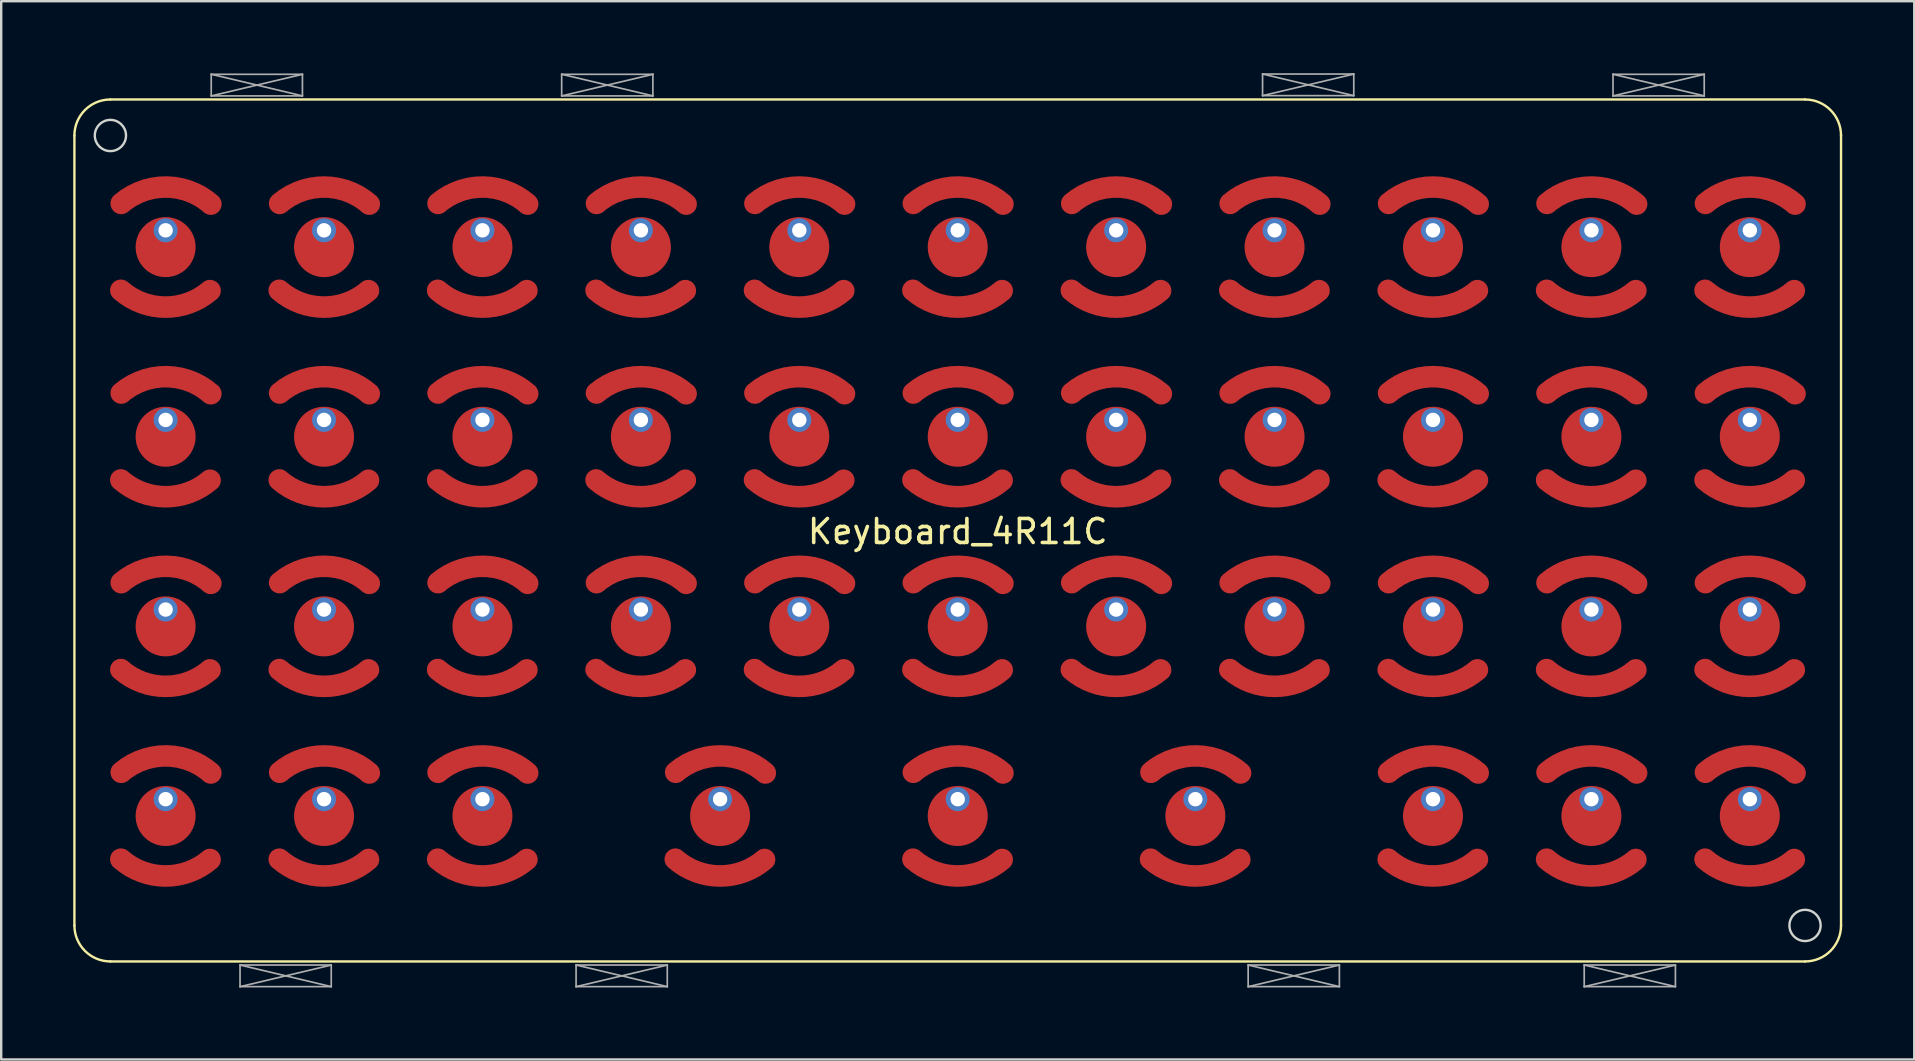
<source format=kicad_pcb>
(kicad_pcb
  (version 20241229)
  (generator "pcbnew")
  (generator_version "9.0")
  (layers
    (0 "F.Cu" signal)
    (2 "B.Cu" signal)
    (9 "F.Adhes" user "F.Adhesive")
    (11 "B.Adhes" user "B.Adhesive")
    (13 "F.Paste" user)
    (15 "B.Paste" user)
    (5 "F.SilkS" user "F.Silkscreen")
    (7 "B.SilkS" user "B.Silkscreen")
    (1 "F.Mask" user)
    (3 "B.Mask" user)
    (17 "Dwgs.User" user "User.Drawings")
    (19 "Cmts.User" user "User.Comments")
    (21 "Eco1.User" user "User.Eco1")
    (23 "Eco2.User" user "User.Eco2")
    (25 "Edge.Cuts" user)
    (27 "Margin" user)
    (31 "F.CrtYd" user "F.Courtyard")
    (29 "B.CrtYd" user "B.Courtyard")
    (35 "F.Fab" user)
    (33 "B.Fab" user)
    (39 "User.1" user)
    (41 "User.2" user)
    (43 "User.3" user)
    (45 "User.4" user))
  (footprint "Keyboard_4R11C"
    (layer "F.Cu")
    (at 36.85 11.195)
    (property "Reference" "Keyboard_4R11C" (at 0 7.9 0) (unlocked yes) (layer "F.SilkS") (effects (font (size 1 1) (thickness 0.15))))
    (attr smd)
    (fp_arc (start -31.150005 -2.136258) (mid -33.009623 -1.449989) (end -34.864543 -2.148858) (stroke (width 0.9) (type solid)) (layer "F.Cu"))
    (fp_arc (start -31.150005 5.763742) (mid -33.009623 6.450011) (end -34.864543 5.751142) (stroke (width 0.9) (type solid)) (layer "F.Cu"))
    (fp_arc (start -31.150005 13.663742) (mid -33.009623 14.350011) (end -34.864543 13.651142) (stroke (width 0.9) (type solid)) (layer "F.Cu"))
    (fp_arc (start -31.150005 21.563742) (mid -33.009623 22.250011) (end -34.864543 21.551142) (stroke (width 0.9) (type solid)) (layer "F.Cu"))
    (fp_arc (start -24.550005 -2.136258) (mid -26.409623 -1.449989) (end -28.264543 -2.148858) (stroke (width 0.9) (type solid)) (layer "F.Cu"))
    (fp_arc (start -24.550005 5.763742) (mid -26.409623 6.450011) (end -28.264543 5.751142) (stroke (width 0.9) (type solid)) (layer "F.Cu"))
    (fp_arc (start -24.550005 13.663742) (mid -26.409623 14.350011) (end -28.264543 13.651142) (stroke (width 0.9) (type solid)) (layer "F.Cu"))
    (fp_arc (start -24.550005 21.563742) (mid -26.409623 22.250011) (end -28.264543 21.551142) (stroke (width 0.9) (type solid)) (layer "F.Cu"))
    (fp_arc (start -17.950005 -2.136258) (mid -19.809623 -1.449989) (end -21.664543 -2.148858) (stroke (width 0.9) (type solid)) (layer "F.Cu"))
    (fp_arc (start -17.950005 5.763742) (mid -19.809623 6.450011) (end -21.664543 5.751142) (stroke (width 0.9) (type solid)) (layer "F.Cu"))
    (fp_arc (start -17.950005 13.663742) (mid -19.809623 14.350011) (end -21.664543 13.651142) (stroke (width 0.9) (type solid)) (layer "F.Cu"))
    (fp_arc (start -17.950005 21.563742) (mid -19.809623 22.250011) (end -21.664543 21.551142) (stroke (width 0.9) (type solid)) (layer "F.Cu"))
    (fp_arc (start -11.350005 -2.136258) (mid -13.209623 -1.449989) (end -15.064543 -2.148858) (stroke (width 0.9) (type solid)) (layer "F.Cu"))
    (fp_arc (start -11.350005 5.763742) (mid -13.209623 6.450011) (end -15.064543 5.751142) (stroke (width 0.9) (type solid)) (layer "F.Cu"))
    (fp_arc (start -11.350005 13.663742) (mid -13.209623 14.350011) (end -15.064543 13.651142) (stroke (width 0.9) (type solid)) (layer "F.Cu"))
    (fp_arc (start -8.050005 21.563742) (mid -9.909623 22.250011) (end -11.764543 21.551142) (stroke (width 0.9) (type solid)) (layer "F.Cu"))
    (fp_arc (start -4.750005 -2.136258) (mid -6.609623 -1.449989) (end -8.464543 -2.148858) (stroke (width 0.9) (type solid)) (layer "F.Cu"))
    (fp_arc (start -4.750005 5.763742) (mid -6.609623 6.450011) (end -8.464543 5.751142) (stroke (width 0.9) (type solid)) (layer "F.Cu"))
    (fp_arc (start -4.750005 13.663742) (mid -6.609623 14.350011) (end -8.464543 13.651142) (stroke (width 0.9) (type solid)) (layer "F.Cu"))
    (fp_arc (start 1.849995 -2.136258) (mid -0.009623 -1.449989) (end -1.864543 -2.148858) (stroke (width 0.9) (type solid)) (layer "F.Cu"))
    (fp_arc (start 1.849995 5.763742) (mid -0.009623 6.450011) (end -1.864543 5.751142) (stroke (width 0.9) (type solid)) (layer "F.Cu"))
    (fp_arc (start 1.849995 13.663742) (mid -0.009623 14.350011) (end -1.864543 13.651142) (stroke (width 0.9) (type solid)) (layer "F.Cu"))
    (fp_arc (start 1.849995 21.563742) (mid -0.009623 22.250011) (end -1.864543 21.551142) (stroke (width 0.9) (type solid)) (layer "F.Cu"))
    (fp_arc (start 8.449995 -2.136258) (mid 6.590377 -1.449989) (end 4.735457 -2.148858) (stroke (width 0.9) (type solid)) (layer "F.Cu"))
    (fp_arc (start 8.449995 5.763742) (mid 6.590377 6.450011) (end 4.735457 5.751142) (stroke (width 0.9) (type solid)) (layer "F.Cu"))
    (fp_arc (start 8.449995 13.663742) (mid 6.590377 14.350011) (end 4.735457 13.651142) (stroke (width 0.9) (type solid)) (layer "F.Cu"))
    (fp_arc (start 11.749995 21.563742) (mid 9.890377 22.250011) (end 8.035457 21.551142) (stroke (width 0.9) (type solid)) (layer "F.Cu"))
    (fp_arc (start 15.049995 -2.136258) (mid 13.190377 -1.449989) (end 11.335457 -2.148858) (stroke (width 0.9) (type solid)) (layer "F.Cu"))
    (fp_arc (start 15.049995 5.763742) (mid 13.190377 6.450011) (end 11.335457 5.751142) (stroke (width 0.9) (type solid)) (layer "F.Cu"))
    (fp_arc (start 15.049995 13.663742) (mid 13.190377 14.350011) (end 11.335457 13.651142) (stroke (width 0.9) (type solid)) (layer "F.Cu"))
    (fp_arc (start 21.649995 -2.136258) (mid 19.790377 -1.449989) (end 17.935457 -2.148858) (stroke (width 0.9) (type solid)) (layer "F.Cu"))
    (fp_arc (start 21.649995 5.763742) (mid 19.790377 6.450011) (end 17.935457 5.751142) (stroke (width 0.9) (type solid)) (layer "F.Cu"))
    (fp_arc (start 21.649995 13.663742) (mid 19.790377 14.350011) (end 17.935457 13.651142) (stroke (width 0.9) (type solid)) (layer "F.Cu"))
    (fp_arc (start 21.649995 21.563742) (mid 19.790377 22.250011) (end 17.935457 21.551142) (stroke (width 0.9) (type solid)) (layer "F.Cu"))
    (fp_arc (start 28.249995 -2.136258) (mid 26.390377 -1.449989) (end 24.535457 -2.148858) (stroke (width 0.9) (type solid)) (layer "F.Cu"))
    (fp_arc (start 28.249995 5.763742) (mid 26.390377 6.450011) (end 24.535457 5.751142) (stroke (width 0.9) (type solid)) (layer "F.Cu"))
    (fp_arc (start 28.249995 13.663742) (mid 26.390377 14.350011) (end 24.535457 13.651142) (stroke (width 0.9) (type solid)) (layer "F.Cu"))
    (fp_arc (start 28.249995 21.563742) (mid 26.390377 22.250011) (end 24.535457 21.551142) (stroke (width 0.9) (type solid)) (layer "F.Cu"))
    (fp_arc (start 34.849995 -2.136258) (mid 32.990377 -1.449989) (end 31.135457 -2.148858) (stroke (width 0.9) (type solid)) (layer "F.Cu"))
    (fp_arc (start 34.849995 5.763742) (mid 32.990377 6.450011) (end 31.135457 5.751142) (stroke (width 0.9) (type solid)) (layer "F.Cu"))
    (fp_arc (start 34.849995 13.663742) (mid 32.990377 14.350011) (end 31.135457 13.651142) (stroke (width 0.9) (type solid)) (layer "F.Cu"))
    (fp_arc (start 34.849995 21.563742) (mid 32.990377 22.250011) (end 31.135457 21.551142) (stroke (width 0.9) (type solid)) (layer "F.Cu"))
    (fp_arc (start -31.150005 -2.136258) (mid -33.009623 -1.449989) (end -34.864543 -2.148858) (stroke (width 0.9) (type solid)) (layer "F.Mask"))
    (fp_arc (start -31.150005 5.763742) (mid -33.009623 6.450011) (end -34.864543 5.751142) (stroke (width 0.9) (type solid)) (layer "F.Mask"))
    (fp_arc (start -31.150005 13.663742) (mid -33.009623 14.350011) (end -34.864543 13.651142) (stroke (width 0.9) (type solid)) (layer "F.Mask"))
    (fp_arc (start -31.150005 21.563742) (mid -33.009623 22.250011) (end -34.864543 21.551142) (stroke (width 0.9) (type solid)) (layer "F.Mask"))
    (fp_arc (start -24.550005 -2.136258) (mid -26.409623 -1.449989) (end -28.264543 -2.148858) (stroke (width 0.9) (type solid)) (layer "F.Mask"))
    (fp_arc (start -24.550005 5.763742) (mid -26.409623 6.450011) (end -28.264543 5.751142) (stroke (width 0.9) (type solid)) (layer "F.Mask"))
    (fp_arc (start -24.550005 13.663742) (mid -26.409623 14.350011) (end -28.264543 13.651142) (stroke (width 0.9) (type solid)) (layer "F.Mask"))
    (fp_arc (start -24.550005 21.563742) (mid -26.409623 22.250011) (end -28.264543 21.551142) (stroke (width 0.9) (type solid)) (layer "F.Mask"))
    (fp_arc (start -17.950005 -2.136258) (mid -19.809623 -1.449989) (end -21.664543 -2.148858) (stroke (width 0.9) (type solid)) (layer "F.Mask"))
    (fp_arc (start -17.950005 5.763742) (mid -19.809623 6.450011) (end -21.664543 5.751142) (stroke (width 0.9) (type solid)) (layer "F.Mask"))
    (fp_arc (start -17.950005 13.663742) (mid -19.809623 14.350011) (end -21.664543 13.651142) (stroke (width 0.9) (type solid)) (layer "F.Mask"))
    (fp_arc (start -17.950005 21.563742) (mid -19.809623 22.250011) (end -21.664543 21.551142) (stroke (width 0.9) (type solid)) (layer "F.Mask"))
    (fp_arc (start -11.350005 -2.136258) (mid -13.209623 -1.449989) (end -15.064543 -2.148858) (stroke (width 0.9) (type solid)) (layer "F.Mask"))
    (fp_arc (start -11.350005 5.763742) (mid -13.209623 6.450011) (end -15.064543 5.751142) (stroke (width 0.9) (type solid)) (layer "F.Mask"))
    (fp_arc (start -11.350005 13.663742) (mid -13.209623 14.350011) (end -15.064543 13.651142) (stroke (width 0.9) (type solid)) (layer "F.Mask"))
    (fp_arc (start -8.050005 21.563742) (mid -9.909623 22.250011) (end -11.764542 21.551142) (stroke (width 0.9) (type solid)) (layer "F.Mask"))
    (fp_arc (start -4.750005 -2.136258) (mid -6.609623 -1.449989) (end -8.464543 -2.148858) (stroke (width 0.9) (type solid)) (layer "F.Mask"))
    (fp_arc (start -4.750005 5.763742) (mid -6.609623 6.450011) (end -8.464543 5.751142) (stroke (width 0.9) (type solid)) (layer "F.Mask"))
    (fp_arc (start -4.750005 13.663742) (mid -6.609623 14.350011) (end -8.464543 13.651142) (stroke (width 0.9) (type solid)) (layer "F.Mask"))
    (fp_arc (start 1.849995 -2.136258) (mid -0.009623 -1.449989) (end -1.864543 -2.148858) (stroke (width 0.9) (type solid)) (layer "F.Mask"))
    (fp_arc (start 1.849995 5.763742) (mid -0.009623 6.450011) (end -1.864543 5.751142) (stroke (width 0.9) (type solid)) (layer "F.Mask"))
    (fp_arc (start 1.849995 13.663742) (mid -0.009623 14.350011) (end -1.864543 13.651142) (stroke (width 0.9) (type solid)) (layer "F.Mask"))
    (fp_arc (start 1.849995 21.563742) (mid -0.009623 22.250011) (end -1.864542 21.551142) (stroke (width 0.9) (type solid)) (layer "F.Mask"))
    (fp_arc (start 8.449995 -2.136258) (mid 6.590377 -1.449989) (end 4.735457 -2.148858) (stroke (width 0.9) (type solid)) (layer "F.Mask"))
    (fp_arc (start 8.449995 5.763742) (mid 6.590377 6.450011) (end 4.735457 5.751142) (stroke (width 0.9) (type solid)) (layer "F.Mask"))
    (fp_arc (start 8.449995 13.663742) (mid 6.590377 14.350011) (end 4.735457 13.651142) (stroke (width 0.9) (type solid)) (layer "F.Mask"))
    (fp_arc (start 11.749995 21.563742) (mid 9.890377 22.250011) (end 8.035457 21.551142) (stroke (width 0.9) (type solid)) (layer "F.Mask"))
    (fp_arc (start 15.049995 -2.136258) (mid 13.190377 -1.449989) (end 11.335457 -2.148858) (stroke (width 0.9) (type solid)) (layer "F.Mask"))
    (fp_arc (start 15.049995 5.763742) (mid 13.190377 6.450011) (end 11.335457 5.751142) (stroke (width 0.9) (type solid)) (layer "F.Mask"))
    (fp_arc (start 15.049995 13.663742) (mid 13.190377 14.350011) (end 11.335457 13.651142) (stroke (width 0.9) (type solid)) (layer "F.Mask"))
    (fp_arc (start 21.649995 -2.136258) (mid 19.790377 -1.449989) (end 17.935457 -2.148858) (stroke (width 0.9) (type solid)) (layer "F.Mask"))
    (fp_arc (start 21.649995 5.763742) (mid 19.790377 6.450011) (end 17.935457 5.751142) (stroke (width 0.9) (type solid)) (layer "F.Mask"))
    (fp_arc (start 21.649995 13.663742) (mid 19.790377 14.350011) (end 17.935457 13.651142) (stroke (width 0.9) (type solid)) (layer "F.Mask"))
    (fp_arc (start 21.649995 21.563742) (mid 19.790377 22.250011) (end 17.935457 21.551142) (stroke (width 0.9) (type solid)) (layer "F.Mask"))
    (fp_arc (start 28.249995 -2.136258) (mid 26.390377 -1.449989) (end 24.535457 -2.148858) (stroke (width 0.9) (type solid)) (layer "F.Mask"))
    (fp_arc (start 28.249995 5.763742) (mid 26.390377 6.450011) (end 24.535457 5.751142) (stroke (width 0.9) (type solid)) (layer "F.Mask"))
    (fp_arc (start 28.249995 13.663742) (mid 26.390377 14.350011) (end 24.535457 13.651142) (stroke (width 0.9) (type solid)) (layer "F.Mask"))
    (fp_arc (start 28.249995 21.563742) (mid 26.390377 22.250011) (end 24.535457 21.551142) (stroke (width 0.9) (type solid)) (layer "F.Mask"))
    (fp_arc (start 34.849995 -2.136258) (mid 32.990377 -1.449989) (end 31.135457 -2.148858) (stroke (width 0.9) (type solid)) (layer "F.Mask"))
    (fp_arc (start 34.849995 5.763742) (mid 32.990377 6.450011) (end 31.135457 5.751142) (stroke (width 0.9) (type solid)) (layer "F.Mask"))
    (fp_arc (start 34.849995 13.663742) (mid 32.990377 14.350011) (end 31.135457 13.651142) (stroke (width 0.9) (type solid)) (layer "F.Mask"))
    (fp_arc (start 34.849995 21.563742) (mid 32.990377 22.250011) (end 31.135457 21.551142) (stroke (width 0.9) (type solid)) (layer "F.Mask"))
    (fp_poly (pts (xy -33 -6.75) (xy -30.75 -5.75) (xy -30.75 -2.15) (xy -33 -1.15) (xy -35.25 -2.15) (xy -35.25 -5.75)) (stroke (width 0.05) (type solid)) (fill yes) (layer "F.Mask"))
    (fp_poly (pts (xy -33 1.15) (xy -30.75 2.15) (xy -30.75 5.75) (xy -33 6.75) (xy -35.25 5.75) (xy -35.25 2.15)) (stroke (width 0.05) (type solid)) (fill yes) (layer "F.Mask"))
    (fp_poly (pts (xy -33 9.05) (xy -30.75 10.05) (xy -30.75 13.65) (xy -33 14.65) (xy -35.25 13.65) (xy -35.25 10.05)) (stroke (width 0.05) (type solid)) (fill yes) (layer "F.Mask"))
    (fp_poly (pts (xy -33 16.95) (xy -30.75 17.95) (xy -30.75 21.55) (xy -33 22.55) (xy -35.25 21.55) (xy -35.25 17.95)) (stroke (width 0.05) (type solid)) (fill yes) (layer "F.Mask"))
    (fp_poly (pts (xy -26.4 -6.75) (xy -24.15 -5.75) (xy -24.15 -2.15) (xy -26.4 -1.15) (xy -28.65 -2.15) (xy -28.65 -5.75)) (stroke (width 0.05) (type solid)) (fill yes) (layer "F.Mask"))
    (fp_poly (pts (xy -26.4 1.15) (xy -24.15 2.15) (xy -24.15 5.75) (xy -26.4 6.75) (xy -28.65 5.75) (xy -28.65 2.15)) (stroke (width 0.05) (type solid)) (fill yes) (layer "F.Mask"))
    (fp_poly (pts (xy -26.4 9.05) (xy -24.15 10.05) (xy -24.15 13.65) (xy -26.4 14.65) (xy -28.65 13.65) (xy -28.65 10.05)) (stroke (width 0.05) (type solid)) (fill yes) (layer "F.Mask"))
    (fp_poly (pts (xy -26.4 16.95) (xy -24.15 17.95) (xy -24.15 21.55) (xy -26.4 22.55) (xy -28.65 21.55) (xy -28.65 17.95)) (stroke (width 0.05) (type solid)) (fill yes) (layer "F.Mask"))
    (fp_poly (pts (xy -19.8 -6.75) (xy -17.55 -5.75) (xy -17.55 -2.15) (xy -19.8 -1.15) (xy -22.05 -2.15) (xy -22.05 -5.75)) (stroke (width 0.05) (type solid)) (fill yes) (layer "F.Mask"))
    (fp_poly (pts (xy -19.8 1.15) (xy -17.55 2.15) (xy -17.55 5.75) (xy -19.8 6.75) (xy -22.05 5.75) (xy -22.05 2.15)) (stroke (width 0.05) (type solid)) (fill yes) (layer "F.Mask"))
    (fp_poly (pts (xy -19.8 9.05) (xy -17.55 10.05) (xy -17.55 13.65) (xy -19.8 14.65) (xy -22.05 13.65) (xy -22.05 10.05)) (stroke (width 0.05) (type solid)) (fill yes) (layer "F.Mask"))
    (fp_poly (pts (xy -19.8 16.95) (xy -17.55 17.95) (xy -17.55 21.55) (xy -19.8 22.55) (xy -22.05 21.55) (xy -22.05 17.95)) (stroke (width 0.05) (type solid)) (fill yes) (layer "F.Mask"))
    (fp_poly (pts (xy -13.2 -6.75) (xy -10.95 -5.75) (xy -10.95 -2.15) (xy -13.2 -1.15) (xy -15.45 -2.15) (xy -15.45 -5.75)) (stroke (width 0.05) (type solid)) (fill yes) (layer "F.Mask"))
    (fp_poly (pts (xy -13.2 1.15) (xy -10.95 2.15) (xy -10.95 5.75) (xy -13.2 6.75) (xy -15.45 5.75) (xy -15.45 2.15)) (stroke (width 0.05) (type solid)) (fill yes) (layer "F.Mask"))
    (fp_poly (pts (xy -13.2 9.05) (xy -10.95 10.05) (xy -10.95 13.65) (xy -13.2 14.65) (xy -15.45 13.65) (xy -15.45 10.05)) (stroke (width 0.05) (type solid)) (fill yes) (layer "F.Mask"))
    (fp_poly (pts (xy -9.9 16.95) (xy -7.65 17.95) (xy -7.65 21.55) (xy -9.9 22.55) (xy -12.15 21.55) (xy -12.15 17.95)) (stroke (width 0.05) (type solid)) (fill yes) (layer "F.Mask"))
    (fp_poly (pts (xy -6.6 -6.75) (xy -4.35 -5.75) (xy -4.35 -2.15) (xy -6.6 -1.15) (xy -8.85 -2.15) (xy -8.85 -5.75)) (stroke (width 0.05) (type solid)) (fill yes) (layer "F.Mask"))
    (fp_poly (pts (xy -6.6 1.15) (xy -4.35 2.15) (xy -4.35 5.75) (xy -6.6 6.75) (xy -8.85 5.75) (xy -8.85 2.15)) (stroke (width 0.05) (type solid)) (fill yes) (layer "F.Mask"))
    (fp_poly (pts (xy -6.6 9.05) (xy -4.35 10.05) (xy -4.35 13.65) (xy -6.6 14.65) (xy -8.85 13.65) (xy -8.85 10.05)) (stroke (width 0.05) (type solid)) (fill yes) (layer "F.Mask"))
    (fp_poly (pts (xy 0 -6.75) (xy 2.25 -5.75) (xy 2.25 -2.15) (xy 0 -1.15) (xy -2.25 -2.15) (xy -2.25 -5.75)) (stroke (width 0.05) (type solid)) (fill yes) (layer "F.Mask"))
    (fp_poly (pts (xy 0 1.15) (xy 2.25 2.15) (xy 2.25 5.75) (xy 0 6.75) (xy -2.25 5.75) (xy -2.25 2.15)) (stroke (width 0.05) (type solid)) (fill yes) (layer "F.Mask"))
    (fp_poly (pts (xy 0 9.05) (xy 2.25 10.05) (xy 2.25 13.65) (xy 0 14.65) (xy -2.25 13.65) (xy -2.25 10.05)) (stroke (width 0.05) (type solid)) (fill yes) (layer "F.Mask"))
    (fp_poly (pts (xy 0 16.95) (xy 2.25 17.95) (xy 2.25 21.55) (xy 0 22.55) (xy -2.25 21.55) (xy -2.25 17.95)) (stroke (width 0.05) (type solid)) (fill yes) (layer "F.Mask"))
    (fp_poly (pts (xy 6.6 -6.75) (xy 8.85 -5.75) (xy 8.85 -2.15) (xy 6.6 -1.15) (xy 4.35 -2.15) (xy 4.35 -5.75)) (stroke (width 0.05) (type solid)) (fill yes) (layer "F.Mask"))
    (fp_poly (pts (xy 6.6 1.15) (xy 8.85 2.15) (xy 8.85 5.75) (xy 6.6 6.75) (xy 4.35 5.75) (xy 4.35 2.15)) (stroke (width 0.05) (type solid)) (fill yes) (layer "F.Mask"))
    (fp_poly (pts (xy 6.6 9.05) (xy 8.85 10.05) (xy 8.85 13.65) (xy 6.6 14.65) (xy 4.35 13.65) (xy 4.35 10.05)) (stroke (width 0.05) (type solid)) (fill yes) (layer "F.Mask"))
    (fp_poly (pts (xy 9.9 16.95) (xy 12.15 17.95) (xy 12.15 21.55) (xy 9.9 22.55) (xy 7.65 21.55) (xy 7.65 17.95)) (stroke (width 0.05) (type solid)) (fill yes) (layer "F.Mask"))
    (fp_poly (pts (xy 13.2 -6.75) (xy 15.45 -5.75) (xy 15.45 -2.15) (xy 13.2 -1.15) (xy 10.95 -2.15) (xy 10.95 -5.75)) (stroke (width 0.05) (type solid)) (fill yes) (layer "F.Mask"))
    (fp_poly (pts (xy 13.2 1.15) (xy 15.45 2.15) (xy 15.45 5.75) (xy 13.2 6.75) (xy 10.95 5.75) (xy 10.95 2.15)) (stroke (width 0.05) (type solid)) (fill yes) (layer "F.Mask"))
    (fp_poly (pts (xy 13.2 9.05) (xy 15.45 10.05) (xy 15.45 13.65) (xy 13.2 14.65) (xy 10.95 13.65) (xy 10.95 10.05)) (stroke (width 0.05) (type solid)) (fill yes) (layer "F.Mask"))
    (fp_poly (pts (xy 19.8 -6.75) (xy 22.05 -5.75) (xy 22.05 -2.15) (xy 19.8 -1.15) (xy 17.55 -2.15) (xy 17.55 -5.75)) (stroke (width 0.05) (type solid)) (fill yes) (layer "F.Mask"))
    (fp_poly (pts (xy 19.8 1.15) (xy 22.05 2.15) (xy 22.05 5.75) (xy 19.8 6.75) (xy 17.55 5.75) (xy 17.55 2.15)) (stroke (width 0.05) (type solid)) (fill yes) (layer "F.Mask"))
    (fp_poly (pts (xy 19.8 9.05) (xy 22.05 10.05) (xy 22.05 13.65) (xy 19.8 14.65) (xy 17.55 13.65) (xy 17.55 10.05)) (stroke (width 0.05) (type solid)) (fill yes) (layer "F.Mask"))
    (fp_poly (pts (xy 19.8 16.95) (xy 22.05 17.95) (xy 22.05 21.55) (xy 19.8 22.55) (xy 17.55 21.55) (xy 17.55 17.95)) (stroke (width 0.05) (type solid)) (fill yes) (layer "F.Mask"))
    (fp_poly (pts (xy 26.4 -6.75) (xy 28.65 -5.75) (xy 28.65 -2.15) (xy 26.4 -1.15) (xy 24.15 -2.15) (xy 24.15 -5.75)) (stroke (width 0.05) (type solid)) (fill yes) (layer "F.Mask"))
    (fp_poly (pts (xy 26.4 1.15) (xy 28.65 2.15) (xy 28.65 5.75) (xy 26.4 6.75) (xy 24.15 5.75) (xy 24.15 2.15)) (stroke (width 0.05) (type solid)) (fill yes) (layer "F.Mask"))
    (fp_poly (pts (xy 26.4 9.05) (xy 28.65 10.05) (xy 28.65 13.65) (xy 26.4 14.65) (xy 24.15 13.65) (xy 24.15 10.05)) (stroke (width 0.05) (type solid)) (fill yes) (layer "F.Mask"))
    (fp_poly (pts (xy 26.4 16.95) (xy 28.65 17.95) (xy 28.65 21.55) (xy 26.4 22.55) (xy 24.15 21.55) (xy 24.15 17.95)) (stroke (width 0.05) (type solid)) (fill yes) (layer "F.Mask"))
    (fp_poly (pts (xy 33 -6.75) (xy 35.25 -5.75) (xy 35.25 -2.15) (xy 33 -1.15) (xy 30.75 -2.15) (xy 30.75 -5.75)) (stroke (width 0.05) (type solid)) (fill yes) (layer "F.Mask"))
    (fp_poly (pts (xy 33 1.15) (xy 35.25 2.15) (xy 35.25 5.75) (xy 33 6.75) (xy 30.75 5.75) (xy 30.75 2.15)) (stroke (width 0.05) (type solid)) (fill yes) (layer "F.Mask"))
    (fp_poly (pts (xy 33 9.05) (xy 35.25 10.05) (xy 35.25 13.65) (xy 33 14.65) (xy 30.75 13.65) (xy 30.75 10.05)) (stroke (width 0.05) (type solid)) (fill yes) (layer "F.Mask"))
    (fp_poly (pts (xy 33 16.95) (xy 35.25 17.95) (xy 35.25 21.55) (xy 33 22.55) (xy 30.75 21.55) (xy 30.75 17.95)) (stroke (width 0.05) (type solid)) (fill yes) (layer "F.Mask"))
    (fp_line (start -36.8 -8.6) (end -36.8 24.31) (stroke (width 0.1) (type solid)) (layer "F.SilkS"))
    (fp_line (start -35.3 25.81) (end 35.3 25.81) (stroke (width 0.1) (type solid)) (layer "F.SilkS"))
    (fp_line (start 35.3 -10.1) (end -35.3 -10.1) (stroke (width 0.1) (type solid)) (layer "F.SilkS"))
    (fp_line (start 36.8 24.31) (end 36.8 -8.6) (stroke (width 0.1) (type solid)) (layer "F.SilkS"))
    (fp_arc (start -36.8 -8.6) (mid -36.36066 -9.66066) (end -35.3 -10.1) (stroke (width 0.1) (type default)) (layer "F.SilkS"))
    (fp_arc (start -35.3 25.81) (mid -36.36066 25.37066) (end -36.8 24.31) (stroke (width 0.1) (type default)) (layer "F.SilkS"))
    (fp_arc (start 35.3 -10.1) (mid 36.36066 -9.66066) (end 36.8 -8.6) (stroke (width 0.1) (type default)) (layer "F.SilkS"))
    (fp_arc (start 36.8 24.31) (mid 36.36066 25.37066) (end 35.3 25.81) (stroke (width 0.1) (type default)) (layer "F.SilkS"))
    (fp_circle (center -35.3 -8.6) (end -34.65 -8.6) (stroke (width 0.1) (type default)) (fill no) (layer "Edge.Cuts"))
    (fp_circle (center 35.3 24.31) (end 35.95 24.31) (stroke (width 0.1) (type default)) (fill no) (layer "Edge.Cuts"))
    (fp_line (start -31.1 -11.15) (end -27.3 -11.15) (stroke (width 0.07) (type solid)) (layer "F.Fab"))
    (fp_line (start -31.1 -11.15) (end -27.3 -10.25) (stroke (width 0.07) (type default)) (layer "F.Fab"))
    (fp_line (start -31.1 -10.25) (end -31.1 -11.15) (stroke (width 0.07) (type solid)) (layer "F.Fab"))
    (fp_line (start -29.9 25.96) (end -26.1 25.96) (stroke (width 0.07) (type solid)) (layer "F.Fab"))
    (fp_line (start -29.9 25.96) (end -26.1 26.86) (stroke (width 0.07) (type default)) (layer "F.Fab"))
    (fp_line (start -29.9 26.86) (end -29.9 25.96) (stroke (width 0.07) (type solid)) (layer "F.Fab"))
    (fp_line (start -27.3 -11.15) (end -31.1 -10.25) (stroke (width 0.07) (type default)) (layer "F.Fab"))
    (fp_line (start -27.3 -11.15) (end -27.3 -10.25) (stroke (width 0.07) (type solid)) (layer "F.Fab"))
    (fp_line (start -27.3 -10.25) (end -31.1 -10.25) (stroke (width 0.07) (type solid)) (layer "F.Fab"))
    (fp_line (start -26.1 25.96) (end -29.9 26.86) (stroke (width 0.07) (type default)) (layer "F.Fab"))
    (fp_line (start -26.1 25.96) (end -26.1 26.86) (stroke (width 0.07) (type solid)) (layer "F.Fab"))
    (fp_line (start -26.1 26.86) (end -29.9 26.86) (stroke (width 0.07) (type solid)) (layer "F.Fab"))
    (fp_line (start -16.5 -11.15) (end -12.7 -11.15) (stroke (width 0.07) (type solid)) (layer "F.Fab"))
    (fp_line (start -16.5 -11.15) (end -12.7 -10.25) (stroke (width 0.07) (type default)) (layer "F.Fab"))
    (fp_line (start -16.5 -10.25) (end -16.5 -11.15) (stroke (width 0.07) (type solid)) (layer "F.Fab"))
    (fp_line (start -15.9 25.96) (end -12.1 25.96) (stroke (width 0.07) (type solid)) (layer "F.Fab"))
    (fp_line (start -15.9 25.96) (end -12.1 26.86) (stroke (width 0.07) (type default)) (layer "F.Fab"))
    (fp_line (start -15.9 26.86) (end -15.9 25.96) (stroke (width 0.07) (type solid)) (layer "F.Fab"))
    (fp_line (start -12.7 -11.15) (end -16.5 -10.25) (stroke (width 0.07) (type default)) (layer "F.Fab"))
    (fp_line (start -12.7 -11.15) (end -12.7 -10.25) (stroke (width 0.07) (type solid)) (layer "F.Fab"))
    (fp_line (start -12.7 -10.25) (end -16.5 -10.25) (stroke (width 0.07) (type solid)) (layer "F.Fab"))
    (fp_line (start -12.1 25.96) (end -15.9 26.86) (stroke (width 0.07) (type default)) (layer "F.Fab"))
    (fp_line (start -12.1 25.96) (end -12.1 26.86) (stroke (width 0.07) (type solid)) (layer "F.Fab"))
    (fp_line (start -12.1 26.86) (end -15.9 26.86) (stroke (width 0.07) (type solid)) (layer "F.Fab"))
    (fp_line (start 12.1 25.96) (end 15.9 25.96) (stroke (width 0.07) (type solid)) (layer "F.Fab"))
    (fp_line (start 12.1 25.96) (end 15.9 26.86) (stroke (width 0.07) (type default)) (layer "F.Fab"))
    (fp_line (start 12.1 26.86) (end 12.1 25.96) (stroke (width 0.07) (type solid)) (layer "F.Fab"))
    (fp_line (start 12.7 -11.16) (end 16.5 -11.16) (stroke (width 0.07) (type solid)) (layer "F.Fab"))
    (fp_line (start 12.7 -11.16) (end 16.5 -10.26) (stroke (width 0.07) (type default)) (layer "F.Fab"))
    (fp_line (start 12.7 -10.26) (end 12.7 -11.16) (stroke (width 0.07) (type solid)) (layer "F.Fab"))
    (fp_line (start 15.9 25.96) (end 12.1 26.86) (stroke (width 0.07) (type default)) (layer "F.Fab"))
    (fp_line (start 15.9 25.96) (end 15.9 26.86) (stroke (width 0.07) (type solid)) (layer "F.Fab"))
    (fp_line (start 15.9 26.86) (end 12.1 26.86) (stroke (width 0.07) (type solid)) (layer "F.Fab"))
    (fp_line (start 16.5 -11.16) (end 12.7 -10.26) (stroke (width 0.07) (type default)) (layer "F.Fab"))
    (fp_line (start 16.5 -11.16) (end 16.5 -10.26) (stroke (width 0.07) (type solid)) (layer "F.Fab"))
    (fp_line (start 16.5 -10.26) (end 12.7 -10.26) (stroke (width 0.07) (type solid)) (layer "F.Fab"))
    (fp_line (start 26.1 25.96) (end 29.9 25.96) (stroke (width 0.07) (type solid)) (layer "F.Fab"))
    (fp_line (start 26.1 25.96) (end 29.9 26.86) (stroke (width 0.07) (type default)) (layer "F.Fab"))
    (fp_line (start 26.1 26.86) (end 26.1 25.96) (stroke (width 0.07) (type solid)) (layer "F.Fab"))
    (fp_line (start 27.3 -11.15) (end 31.1 -11.15) (stroke (width 0.07) (type solid)) (layer "F.Fab"))
    (fp_line (start 27.3 -11.15) (end 31.1 -10.25) (stroke (width 0.07) (type default)) (layer "F.Fab"))
    (fp_line (start 27.3 -10.25) (end 27.3 -11.15) (stroke (width 0.07) (type solid)) (layer "F.Fab"))
    (fp_line (start 29.9 25.96) (end 26.1 26.86) (stroke (width 0.07) (type default)) (layer "F.Fab"))
    (fp_line (start 29.9 25.96) (end 29.9 26.86) (stroke (width 0.07) (type solid)) (layer "F.Fab"))
    (fp_line (start 29.9 26.86) (end 26.1 26.86) (stroke (width 0.07) (type solid)) (layer "F.Fab"))
    (fp_line (start 31.1 -11.15) (end 27.3 -10.25) (stroke (width 0.07) (type default)) (layer "F.Fab"))
    (fp_line (start 31.1 -11.15) (end 31.1 -10.25) (stroke (width 0.07) (type solid)) (layer "F.Fab"))
    (fp_line (start 31.1 -10.25) (end 27.3 -10.25) (stroke (width 0.07) (type solid)) (layer "F.Fab"))
    (pad "C0" thru_hole circle (at -33 -4.65 90) (size 1 1) (drill 0.6) (layers "*.Cu"))
    (pad "C0" smd circle (at -33 -3.95 90) (size 2.5 2.5) (layers "F.Cu" "F.Mask"))
    (pad "C0" thru_hole circle (at -33 3.25 90) (size 1 1) (drill 0.6) (layers "*.Cu"))
    (pad "C0" smd circle (at -33 3.95 90) (size 2.5 2.5) (layers "F.Cu" "F.Mask"))
    (pad "C0" thru_hole circle (at -33 11.15 90) (size 1 1) (drill 0.6) (layers "*.Cu"))
    (pad "C0" smd circle (at -33 11.85 90) (size 2.5 2.5) (layers "F.Cu" "F.Mask"))
    (pad "C0" thru_hole circle (at -33 19.05 90) (size 1 1) (drill 0.6) (layers "*.Cu"))
    (pad "C0" smd circle (at -33 19.75 90) (size 2.5 2.5) (layers "F.Cu" "F.Mask"))
    (pad "C1" thru_hole circle (at -26.4 -4.65 90) (size 1 1) (drill 0.6) (layers "*.Cu"))
    (pad "C1" smd circle (at -26.4 -3.95 90) (size 2.5 2.5) (layers "F.Cu" "F.Mask"))
    (pad "C1" thru_hole circle (at -26.4 3.25 90) (size 1 1) (drill 0.6) (layers "*.Cu"))
    (pad "C1" smd circle (at -26.4 3.95 90) (size 2.5 2.5) (layers "F.Cu" "F.Mask"))
    (pad "C1" thru_hole circle (at -26.4 11.15 90) (size 1 1) (drill 0.6) (layers "*.Cu"))
    (pad "C1" smd circle (at -26.4 11.85 90) (size 2.5 2.5) (layers "F.Cu" "F.Mask"))
    (pad "C1" thru_hole circle (at -26.4 19.05 90) (size 1 1) (drill 0.6) (layers "*.Cu"))
    (pad "C1" smd circle (at -26.4 19.75 90) (size 2.5 2.5) (layers "F.Cu" "F.Mask"))
    (pad "C2" thru_hole circle (at -19.8 -4.65 90) (size 1 1) (drill 0.6) (layers "*.Cu"))
    (pad "C2" smd circle (at -19.8 -3.95 90) (size 2.5 2.5) (layers "F.Cu" "F.Mask"))
    (pad "C2" thru_hole circle (at -19.8 3.25 90) (size 1 1) (drill 0.6) (layers "*.Cu"))
    (pad "C2" smd circle (at -19.8 3.95 90) (size 2.5 2.5) (layers "F.Cu" "F.Mask"))
    (pad "C2" thru_hole circle (at -19.8 11.15 90) (size 1 1) (drill 0.6) (layers "*.Cu"))
    (pad "C2" smd circle (at -19.8 11.85 90) (size 2.5 2.5) (layers "F.Cu" "F.Mask"))
    (pad "C2" thru_hole circle (at -19.8 19.05 90) (size 1 1) (drill 0.6) (layers "*.Cu"))
    (pad "C2" smd circle (at -19.8 19.75 90) (size 2.5 2.5) (layers "F.Cu" "F.Mask"))
    (pad "C3" thru_hole circle (at -13.2 -4.65 90) (size 1 1) (drill 0.6) (layers "*.Cu"))
    (pad "C3" smd circle (at -13.2 -3.95 90) (size 2.5 2.5) (layers "F.Cu" "F.Mask"))
    (pad "C3" thru_hole circle (at -13.2 3.25 90) (size 1 1) (drill 0.6) (layers "*.Cu"))
    (pad "C3" smd circle (at -13.2 3.95 90) (size 2.5 2.5) (layers "F.Cu" "F.Mask"))
    (pad "C3" thru_hole circle (at -13.2 11.15 90) (size 1 1) (drill 0.6) (layers "*.Cu"))
    (pad "C3" smd circle (at -13.2 11.85 90) (size 2.5 2.5) (layers "F.Cu" "F.Mask"))
    (pad "C3" thru_hole circle (at -9.9 19.05 90) (size 1 1) (drill 0.6) (layers "*.Cu"))
    (pad "C3" smd circle (at -9.9 19.75 90) (size 2.5 2.5) (layers "F.Cu" "F.Mask"))
    (pad "C4" thru_hole circle (at -6.6 -4.65 90) (size 1 1) (drill 0.6) (layers "*.Cu"))
    (pad "C4" smd circle (at -6.6 -3.95 90) (size 2.5 2.5) (layers "F.Cu" "F.Mask"))
    (pad "C4" thru_hole circle (at -6.6 3.25 90) (size 1 1) (drill 0.6) (layers "*.Cu"))
    (pad "C4" smd circle (at -6.6 3.95 90) (size 2.5 2.5) (layers "F.Cu" "F.Mask"))
    (pad "C4" thru_hole circle (at -6.6 11.15 90) (size 1 1) (drill 0.6) (layers "*.Cu"))
    (pad "C4" smd circle (at -6.6 11.85 90) (size 2.5 2.5) (layers "F.Cu" "F.Mask"))
    (pad "C5" thru_hole circle (at 0 -4.65 90) (size 1 1) (drill 0.6) (layers "*.Cu"))
    (pad "C5" smd circle (at 0 -3.95 90) (size 2.5 2.5) (layers "F.Cu" "F.Mask"))
    (pad "C5" thru_hole circle (at 0 3.25 90) (size 1 1) (drill 0.6) (layers "*.Cu"))
    (pad "C5" smd circle (at 0 3.95 90) (size 2.5 2.5) (layers "F.Cu" "F.Mask"))
    (pad "C5" thru_hole circle (at 0 11.15 90) (size 1 1) (drill 0.6) (layers "*.Cu"))
    (pad "C5" smd circle (at 0 11.85 90) (size 2.5 2.5) (layers "F.Cu" "F.Mask"))
    (pad "C5" thru_hole circle (at 0 19.05 90) (size 1 1) (drill 0.6) (layers "*.Cu"))
    (pad "C5" smd circle (at 0 19.75 90) (size 2.5 2.5) (layers "F.Cu" "F.Mask"))
    (pad "C6" thru_hole circle (at 6.6 -4.65 90) (size 1 1) (drill 0.6) (layers "*.Cu"))
    (pad "C6" smd circle (at 6.6 -3.95 90) (size 2.5 2.5) (layers "F.Cu" "F.Mask"))
    (pad "C6" thru_hole circle (at 6.6 3.25 90) (size 1 1) (drill 0.6) (layers "*.Cu"))
    (pad "C6" smd circle (at 6.6 3.95 90) (size 2.5 2.5) (layers "F.Cu" "F.Mask"))
    (pad "C6" thru_hole circle (at 6.6 11.15 90) (size 1 1) (drill 0.6) (layers "*.Cu"))
    (pad "C6" smd circle (at 6.6 11.85 90) (size 2.5 2.5) (layers "F.Cu" "F.Mask"))
    (pad "C6" thru_hole circle (at 9.9 19.05 90) (size 1 1) (drill 0.6) (layers "*.Cu"))
    (pad "C6" smd circle (at 9.9 19.75 90) (size 2.5 2.5) (layers "F.Cu" "F.Mask"))
    (pad "C7" thru_hole circle (at 13.2 -4.65 90) (size 1 1) (drill 0.6) (layers "*.Cu"))
    (pad "C7" smd circle (at 13.2 -3.95 90) (size 2.5 2.5) (layers "F.Cu" "F.Mask"))
    (pad "C7" thru_hole circle (at 13.2 3.25 90) (size 1 1) (drill 0.6) (layers "*.Cu"))
    (pad "C7" smd circle (at 13.2 3.95 90) (size 2.5 2.5) (layers "F.Cu" "F.Mask"))
    (pad "C7" thru_hole circle (at 13.2 11.15 90) (size 1 1) (drill 0.6) (layers "*.Cu"))
    (pad "C7" smd circle (at 13.2 11.85 90) (size 2.5 2.5) (layers "F.Cu" "F.Mask"))
    (pad "C8" thru_hole circle (at 19.8 -4.65 90) (size 1 1) (drill 0.6) (layers "*.Cu"))
    (pad "C8" smd circle (at 19.8 -3.95 90) (size 2.5 2.5) (layers "F.Cu" "F.Mask"))
    (pad "C8" thru_hole circle (at 19.8 3.25 90) (size 1 1) (drill 0.6) (layers "*.Cu"))
    (pad "C8" smd circle (at 19.8 3.95 90) (size 2.5 2.5) (layers "F.Cu" "F.Mask"))
    (pad "C8" thru_hole circle (at 19.8 11.15 90) (size 1 1) (drill 0.6) (layers "*.Cu"))
    (pad "C8" smd circle (at 19.8 11.85 90) (size 2.5 2.5) (layers "F.Cu" "F.Mask"))
    (pad "C8" thru_hole circle (at 19.8 19.05 90) (size 1 1) (drill 0.6) (layers "*.Cu"))
    (pad "C8" smd circle (at 19.8 19.75 90) (size 2.5 2.5) (layers "F.Cu" "F.Mask"))
    (pad "C9" thru_hole circle (at 26.4 -4.65 90) (size 1 1) (drill 0.6) (layers "*.Cu"))
    (pad "C9" smd circle (at 26.4 -3.95 90) (size 2.5 2.5) (layers "F.Cu" "F.Mask"))
    (pad "C9" thru_hole circle (at 26.4 3.25 90) (size 1 1) (drill 0.6) (layers "*.Cu"))
    (pad "C9" smd circle (at 26.4 3.95 90) (size 2.5 2.5) (layers "F.Cu" "F.Mask"))
    (pad "C9" thru_hole circle (at 26.4 11.15 90) (size 1 1) (drill 0.6) (layers "*.Cu"))
    (pad "C9" smd circle (at 26.4 11.85 90) (size 2.5 2.5) (layers "F.Cu" "F.Mask"))
    (pad "C9" thru_hole circle (at 26.4 19.05 90) (size 1 1) (drill 0.6) (layers "*.Cu"))
    (pad "C9" smd circle (at 26.4 19.75 90) (size 2.5 2.5) (layers "F.Cu" "F.Mask"))
    (pad "C10" thru_hole circle (at 33 -4.65 90) (size 1 1) (drill 0.6) (layers "*.Cu"))
    (pad "C10" smd circle (at 33 -3.95 90) (size 2.5 2.5) (layers "F.Cu" "F.Mask"))
    (pad "C10" thru_hole circle (at 33 3.25 90) (size 1 1) (drill 0.6) (layers "*.Cu"))
    (pad "C10" smd circle (at 33 3.95 90) (size 2.5 2.5) (layers "F.Cu" "F.Mask"))
    (pad "C10" thru_hole circle (at 33 11.15 90) (size 1 1) (drill 0.6) (layers "*.Cu"))
    (pad "C10" smd circle (at 33 11.85 90) (size 2.5 2.5) (layers "F.Cu" "F.Mask"))
    (pad "C10" thru_hole circle (at 33 19.05 90) (size 1 1) (drill 0.6) (layers "*.Cu"))
    (pad "C10" smd circle (at 33 19.75 90) (size 2.5 2.5) (layers "F.Cu" "F.Mask"))
    (pad "R0" smd custom (at -33 -6.45 90) (size 0.9 0.9) (layers "F.Cu" "F.Mask") (options (anchor circle)) (primitives (gr_arc (start -0.68 -1.85) (mid 0.001473 0.022459) (end -0.709409 1.883951) (width 0.9))))
    (pad "R0" smd custom (at -26.4 -6.45 90) (size 0.9 0.9) (layers "F.Cu" "F.Mask") (options (anchor circle)) (primitives (gr_arc (start -0.68 -1.85) (mid 0.001473 0.022459) (end -0.709409 1.883951) (width 0.9))))
    (pad "R0" smd custom (at -19.8 -6.45 90) (size 0.9 0.9) (layers "F.Cu" "F.Mask") (options (anchor circle)) (primitives (gr_arc (start -0.68 -1.85) (mid 0.001473 0.022459) (end -0.709409 1.883951) (width 0.9))))
    (pad "R0" smd custom (at -13.2 -6.45 90) (size 0.9 0.9) (layers "F.Cu" "F.Mask") (options (anchor circle)) (primitives (gr_arc (start -0.68 -1.85) (mid 0.001473 0.022459) (end -0.709409 1.883951) (width 0.9))))
    (pad "R0" smd custom (at -6.6 -6.45 90) (size 0.9 0.9) (layers "F.Cu" "F.Mask") (options (anchor circle)) (primitives (gr_arc (start -0.68 -1.85) (mid 0.001473 0.022459) (end -0.709409 1.883951) (width 0.9))))
    (pad "R0" smd custom (at 0 -6.45 90) (size 0.9 0.9) (layers "F.Cu" "F.Mask") (options (anchor circle)) (primitives (gr_arc (start -0.68 -1.85) (mid 0.001473 0.022459) (end -0.709409 1.883951) (width 0.9))))
    (pad "R0" smd custom (at 6.6 -6.45 90) (size 0.9 0.9) (layers "F.Cu" "F.Mask") (options (anchor circle)) (primitives (gr_arc (start -0.68 -1.85) (mid 0.001473 0.022459) (end -0.709409 1.883951) (width 0.9))))
    (pad "R0" smd custom (at 13.2 -6.45 90) (size 0.9 0.9) (layers "F.Cu" "F.Mask") (options (anchor circle)) (primitives (gr_arc (start -0.68 -1.85) (mid 0.001473 0.022459) (end -0.709409 1.883951) (width 0.9))))
    (pad "R0" smd custom (at 19.8 -6.45 90) (size 0.9 0.9) (layers "F.Cu" "F.Mask") (options (anchor circle)) (primitives (gr_arc (start -0.68 -1.85) (mid 0.001473 0.022459) (end -0.709409 1.883951) (width 0.9))))
    (pad "R0" smd custom (at 26.4 -6.45 90) (size 0.9 0.9) (layers "F.Cu" "F.Mask") (options (anchor circle)) (primitives (gr_arc (start -0.68 -1.85) (mid 0.001473 0.022459) (end -0.709409 1.883951) (width 0.9))))
    (pad "R0" smd custom (at 33 -6.45 90) (size 0.9 0.9) (layers "F.Cu" "F.Mask") (options (anchor circle)) (primitives (gr_arc (start -0.68 -1.85) (mid 0.001473 0.022459) (end -0.709409 1.883951) (width 0.9))))
    (pad "R1" smd custom (at -33 1.45 90) (size 0.9 0.9) (layers "F.Cu" "F.Mask") (options (anchor circle)) (primitives (gr_arc (start -0.68 -1.85) (mid 0.001473 0.022459) (end -0.709409 1.883951) (width 0.9))))
    (pad "R1" smd custom (at -26.4 1.45 90) (size 0.9 0.9) (layers "F.Cu" "F.Mask") (options (anchor circle)) (primitives (gr_arc (start -0.68 -1.85) (mid 0.001473 0.022459) (end -0.709409 1.883951) (width 0.9))))
    (pad "R1" smd custom (at -19.8 1.45 90) (size 0.9 0.9) (layers "F.Cu" "F.Mask") (options (anchor circle)) (primitives (gr_arc (start -0.68 -1.85) (mid 0.001473 0.022459) (end -0.709409 1.883951) (width 0.9))))
    (pad "R1" smd custom (at -13.2 1.45 90) (size 0.9 0.9) (layers "F.Cu" "F.Mask") (options (anchor circle)) (primitives (gr_arc (start -0.68 -1.85) (mid 0.001473 0.022459) (end -0.709409 1.883951) (width 0.9))))
    (pad "R1" smd custom (at -6.6 1.45 90) (size 0.9 0.9) (layers "F.Cu" "F.Mask") (options (anchor circle)) (primitives (gr_arc (start -0.68 -1.85) (mid 0.001473 0.022459) (end -0.709409 1.883951) (width 0.9))))
    (pad "R1" smd custom (at 0 1.45 90) (size 0.9 0.9) (layers "F.Cu" "F.Mask") (options (anchor circle)) (primitives (gr_arc (start -0.68 -1.85) (mid 0.001473 0.022459) (end -0.709409 1.883951) (width 0.9))))
    (pad "R1" smd custom (at 6.6 1.45 90) (size 0.9 0.9) (layers "F.Cu" "F.Mask") (options (anchor circle)) (primitives (gr_arc (start -0.68 -1.85) (mid 0.001473 0.022459) (end -0.709409 1.883951) (width 0.9))))
    (pad "R1" smd custom (at 13.2 1.45 90) (size 0.9 0.9) (layers "F.Cu" "F.Mask") (options (anchor circle)) (primitives (gr_arc (start -0.68 -1.85) (mid 0.001473 0.022459) (end -0.709409 1.883951) (width 0.9))))
    (pad "R1" smd custom (at 19.8 1.45 90) (size 0.9 0.9) (layers "F.Cu" "F.Mask") (options (anchor circle)) (primitives (gr_arc (start -0.68 -1.85) (mid 0.001473 0.022459) (end -0.709409 1.883951) (width 0.9))))
    (pad "R1" smd custom (at 26.4 1.45 90) (size 0.9 0.9) (layers "F.Cu" "F.Mask") (options (anchor circle)) (primitives (gr_arc (start -0.68 -1.85) (mid 0.001473 0.022459) (end -0.709409 1.883951) (width 0.9))))
    (pad "R1" smd custom (at 33 1.45 90) (size 0.9 0.9) (layers "F.Cu" "F.Mask") (options (anchor circle)) (primitives (gr_arc (start -0.68 -1.85) (mid 0.001473 0.022459) (end -0.709409 1.883951) (width 0.9))))
    (pad "R2" smd custom (at -33 9.35 90) (size 0.9 0.9) (layers "F.Cu" "F.Mask") (options (anchor circle)) (primitives (gr_arc (start -0.68 -1.85) (mid 0.001473 0.022459) (end -0.709409 1.883951) (width 0.9))))
    (pad "R2" smd custom (at -26.4 9.35 90) (size 0.9 0.9) (layers "F.Cu" "F.Mask") (options (anchor circle)) (primitives (gr_arc (start -0.68 -1.85) (mid 0.001473 0.022459) (end -0.709409 1.883951) (width 0.9))))
    (pad "R2" smd custom (at -19.8 9.35 90) (size 0.9 0.9) (layers "F.Cu" "F.Mask") (options (anchor circle)) (primitives (gr_arc (start -0.68 -1.85) (mid 0.001473 0.022459) (end -0.709409 1.883951) (width 0.9))))
    (pad "R2" smd custom (at -13.2 9.35 90) (size 0.9 0.9) (layers "F.Cu" "F.Mask") (options (anchor circle)) (primitives (gr_arc (start -0.68 -1.85) (mid 0.001473 0.022459) (end -0.709409 1.883951) (width 0.9))))
    (pad "R2" smd custom (at -6.6 9.35 90) (size 0.9 0.9) (layers "F.Cu" "F.Mask") (options (anchor circle)) (primitives (gr_arc (start -0.68 -1.85) (mid 0.001473 0.022459) (end -0.709409 1.883951) (width 0.9))))
    (pad "R2" smd custom (at 0 9.35 90) (size 0.9 0.9) (layers "F.Cu" "F.Mask") (options (anchor circle)) (primitives (gr_arc (start -0.68 -1.85) (mid 0.001473 0.022459) (end -0.709409 1.883951) (width 0.9))))
    (pad "R2" smd custom (at 6.6 9.35 90) (size 0.9 0.9) (layers "F.Cu" "F.Mask") (options (anchor circle)) (primitives (gr_arc (start -0.68 -1.85) (mid 0.001473 0.022459) (end -0.709409 1.883951) (width 0.9))))
    (pad "R2" smd custom (at 13.2 9.35 90) (size 0.9 0.9) (layers "F.Cu" "F.Mask") (options (anchor circle)) (primitives (gr_arc (start -0.68 -1.85) (mid 0.001473 0.022459) (end -0.709409 1.883951) (width 0.9))))
    (pad "R2" smd custom (at 19.8 9.35 90) (size 0.9 0.9) (layers "F.Cu" "F.Mask") (options (anchor circle)) (primitives (gr_arc (start -0.68 -1.85) (mid 0.001473 0.022459) (end -0.709409 1.883951) (width 0.9))))
    (pad "R2" smd custom (at 26.4 9.35 90) (size 0.9 0.9) (layers "F.Cu" "F.Mask") (options (anchor circle)) (primitives (gr_arc (start -0.68 -1.85) (mid 0.001473 0.022459) (end -0.709409 1.883951) (width 0.9))))
    (pad "R2" smd custom (at 33 9.35 90) (size 0.9 0.9) (layers "F.Cu" "F.Mask") (options (anchor circle)) (primitives (gr_arc (start -0.68 -1.85) (mid 0.001473 0.022459) (end -0.709409 1.883951) (width 0.9))))
    (pad "R3" smd custom (at -33 17.25 90) (size 0.9 0.9) (layers "F.Cu" "F.Mask") (options (anchor circle)) (primitives (gr_arc (start -0.68 -1.85) (mid 0.001473 0.022459) (end -0.709409 1.883951) (width 0.9))))
    (pad "R3" smd custom (at -26.4 17.25 90) (size 0.9 0.9) (layers "F.Cu" "F.Mask") (options (anchor circle)) (primitives (gr_arc (start -0.68 -1.85) (mid 0.001473 0.022459) (end -0.709409 1.883951) (width 0.9))))
    (pad "R3" smd custom (at -19.8 17.25 90) (size 0.9 0.9) (layers "F.Cu" "F.Mask") (options (anchor circle)) (primitives (gr_arc (start -0.68 -1.85) (mid 0.001473 0.022459) (end -0.709409 1.883951) (width 0.9))))
    (pad "R3" smd custom (at -9.9 17.25 90) (size 0.9 0.9) (layers "F.Cu" "F.Mask") (options (anchor circle)) (primitives (gr_arc (start -0.68 -1.85) (mid 0.001473 0.022459) (end -0.709409 1.883951) (width 0.9))))
    (pad "R3" smd custom (at 0 17.25 90) (size 0.9 0.9) (layers "F.Cu" "F.Mask") (options (anchor circle)) (primitives (gr_arc (start -0.68 -1.85) (mid 0.001473 0.022459) (end -0.709409 1.883951) (width 0.9))))
    (pad "R3" smd custom (at 9.9 17.25 90) (size 0.9 0.9) (layers "F.Cu" "F.Mask") (options (anchor circle)) (primitives (gr_arc (start -0.68 -1.85) (mid 0.001473 0.022459) (end -0.709409 1.883951) (width 0.9))))
    (pad "R3" smd custom (at 19.8 17.25 90) (size 0.9 0.9) (layers "F.Cu" "F.Mask") (options (anchor circle)) (primitives (gr_arc (start -0.68 -1.85) (mid 0.001473 0.022459) (end -0.709409 1.883951) (width 0.9))))
    (pad "R3" smd custom (at 26.4 17.25 90) (size 0.9 0.9) (layers "F.Cu" "F.Mask") (options (anchor circle)) (primitives (gr_arc (start -0.68 -1.85) (mid 0.001473 0.022459) (end -0.709409 1.883951) (width 0.9))))
    (pad "R3" smd custom (at 33 17.25 90) (size 0.9 0.9) (layers "F.Cu" "F.Mask") (options (anchor circle)) (primitives (gr_arc (start -0.68 -1.85) (mid 0.001473 0.022459) (end -0.709409 1.883951) (width 0.9))))
    (zone (net_name "") (layer "F.Cu") (hatch edge 0.508) (connect_pads) (min_thickness 0.254) (filled_areas_thickness no) (keepout (tracks allowed) (vias allowed) (pads allowed) (copperpour not_allowed) (footprints allowed)) (placement (enabled no)) (fill) (polygon (pts (xy 3.85 12.545) (xy 6.2 13.345) (xy 6.2 16.995) (xy 3.85 17.795) (xy 1.5 16.945) (xy 1.5 13.345))))
    (zone (net_name "") (layer "F.Cu") (hatch edge 0.508) (connect_pads) (min_thickness 0.254) (filled_areas_thickness no) (keepout (tracks allowed) (vias allowed) (pads allowed) (copperpour not_allowed) (footprints allowed)) (placement (enabled no)) (fill) (polygon (pts (xy 3.85 20.445) (xy 6.2 21.245) (xy 6.2 24.895) (xy 3.85 25.695) (xy 1.5 24.845) (xy 1.5 21.245))))
    (zone (net_name "") (layer "F.Cu") (hatch edge 0.508) (connect_pads) (min_thickness 0.254) (filled_areas_thickness no) (keepout (tracks allowed) (vias allowed) (pads allowed) (copperpour not_allowed) (footprints allowed)) (placement (enabled no)) (fill) (polygon (pts (xy 3.85 28.345) (xy 6.2 29.145) (xy 6.2 32.795) (xy 3.85 33.595) (xy 1.5 32.745) (xy 1.5 29.145))))
    (zone (net_name "") (layer "F.Cu") (hatch edge 0.508) (connect_pads) (min_thickness 0.254) (filled_areas_thickness no) (keepout (tracks allowed) (vias allowed) (pads allowed) (copperpour not_allowed) (footprints allowed)) (placement (enabled no)) (fill) (polygon (pts (xy 3.85 4.645) (xy 6.2 5.445) (xy 6.2 9.095) (xy 3.85 9.895) (xy 1.5 9.045) (xy 1.5 5.445))))
    (zone (net_name "") (layer "F.Cu") (hatch edge 0.508) (connect_pads) (min_thickness 0.254) (filled_areas_thickness no) (keepout (tracks allowed) (vias allowed) (pads allowed) (copperpour not_allowed) (footprints allowed)) (placement (enabled no)) (fill) (polygon (pts (xy 10.45 4.645) (xy 12.8 5.445) (xy 12.8 9.095) (xy 10.45 9.895) (xy 8.1 9.045) (xy 8.1 5.445))))
    (zone (net_name "") (layer "F.Cu") (hatch edge 0.508) (connect_pads) (min_thickness 0.254) (filled_areas_thickness no) (keepout (tracks allowed) (vias allowed) (pads allowed) (copperpour not_allowed) (footprints allowed)) (placement (enabled no)) (fill) (polygon (pts (xy 10.45 12.545) (xy 12.8 13.345) (xy 12.8 16.995) (xy 10.45 17.795) (xy 8.1 16.945) (xy 8.1 13.345))))
    (zone (net_name "") (layer "F.Cu") (hatch edge 0.508) (connect_pads) (min_thickness 0.254) (filled_areas_thickness no) (keepout (tracks allowed) (vias allowed) (pads allowed) (copperpour not_allowed) (footprints allowed)) (placement (enabled no)) (fill) (polygon (pts (xy 10.45 20.445) (xy 12.8 21.245) (xy 12.8 24.895) (xy 10.45 25.695) (xy 8.1 24.845) (xy 8.1 21.245))))
    (zone (net_name "") (layer "F.Cu") (hatch edge 0.508) (connect_pads) (min_thickness 0.254) (filled_areas_thickness no) (keepout (tracks allowed) (vias allowed) (pads allowed) (copperpour not_allowed) (footprints allowed)) (placement (enabled no)) (fill) (polygon (pts (xy 10.45 28.345) (xy 12.8 29.145) (xy 12.8 32.795) (xy 10.45 33.595) (xy 8.1 32.745) (xy 8.1 29.145))))
    (zone (net_name "") (layer "F.Cu") (hatch edge 0.508) (connect_pads) (min_thickness 0.254) (filled_areas_thickness no) (keepout (tracks allowed) (vias allowed) (pads allowed) (copperpour not_allowed) (footprints allowed)) (placement (enabled no)) (fill) (polygon (pts (xy 17.05 4.645) (xy 19.4 5.445) (xy 19.4 9.095) (xy 17.05 9.895) (xy 14.7 9.045) (xy 14.7 5.445))))
    (zone (net_name "") (layer "F.Cu") (hatch edge 0.508) (connect_pads) (min_thickness 0.254) (filled_areas_thickness no) (keepout (tracks allowed) (vias allowed) (pads allowed) (copperpour not_allowed) (footprints allowed)) (placement (enabled no)) (fill) (polygon (pts (xy 17.05 12.545) (xy 19.4 13.345) (xy 19.4 16.995) (xy 17.05 17.795) (xy 14.7 16.945) (xy 14.7 13.345))))
    (zone (net_name "") (layer "F.Cu") (hatch edge 0.508) (connect_pads) (min_thickness 0.254) (filled_areas_thickness no) (keepout (tracks allowed) (vias allowed) (pads allowed) (copperpour not_allowed) (footprints allowed)) (placement (enabled no)) (fill) (polygon (pts (xy 17.05 20.445) (xy 19.4 21.245) (xy 19.4 24.895) (xy 17.05 25.695) (xy 14.7 24.845) (xy 14.7 21.245))))
    (zone (net_name "") (layer "F.Cu") (hatch edge 0.508) (connect_pads) (min_thickness 0.254) (filled_areas_thickness no) (keepout (tracks allowed) (vias allowed) (pads allowed) (copperpour not_allowed) (footprints allowed)) (placement (enabled no)) (fill) (polygon (pts (xy 17.05 28.345) (xy 19.4 29.145) (xy 19.4 32.795) (xy 17.05 33.595) (xy 14.7 32.745) (xy 14.7 29.145))))
    (zone (net_name "") (layer "F.Cu") (hatch edge 0.508) (connect_pads) (min_thickness 0.254) (filled_areas_thickness no) (keepout (tracks allowed) (vias allowed) (pads allowed) (copperpour not_allowed) (footprints allowed)) (placement (enabled no)) (fill) (polygon (pts (xy 23.65 4.645) (xy 26 5.445) (xy 26 9.095) (xy 23.65 9.895) (xy 21.3 9.045) (xy 21.3 5.445))))
    (zone (net_name "") (layer "F.Cu") (hatch edge 0.508) (connect_pads) (min_thickness 0.254) (filled_areas_thickness no) (keepout (tracks allowed) (vias allowed) (pads allowed) (copperpour not_allowed) (footprints allowed)) (placement (enabled no)) (fill) (polygon (pts (xy 23.65 12.545) (xy 26 13.345) (xy 26 16.995) (xy 23.65 17.795) (xy 21.3 16.945) (xy 21.3 13.345))))
    (zone (net_name "") (layer "F.Cu") (hatch edge 0.508) (connect_pads) (min_thickness 0.254) (filled_areas_thickness no) (keepout (tracks allowed) (vias allowed) (pads allowed) (copperpour not_allowed) (footprints allowed)) (placement (enabled no)) (fill) (polygon (pts (xy 23.65 20.445) (xy 26 21.245) (xy 26 24.895) (xy 23.65 25.695) (xy 21.3 24.845) (xy 21.3 21.245))))
    (zone (net_name "") (layer "F.Cu") (hatch edge 0.508) (connect_pads) (min_thickness 0.254) (filled_areas_thickness no) (keepout (tracks allowed) (vias allowed) (pads allowed) (copperpour not_allowed) (footprints allowed)) (placement (enabled no)) (fill) (polygon (pts (xy 26.95 28.345) (xy 29.3 29.145) (xy 29.3 32.795) (xy 26.95 33.595) (xy 24.6 32.745) (xy 24.6 29.145))))
    (zone (net_name "") (layer "F.Cu") (hatch edge 0.508) (connect_pads) (min_thickness 0.254) (filled_areas_thickness no) (keepout (tracks allowed) (vias allowed) (pads allowed) (copperpour not_allowed) (footprints allowed)) (placement (enabled no)) (fill) (polygon (pts (xy 30.25 4.645) (xy 32.6 5.445) (xy 32.6 9.095) (xy 30.25 9.895) (xy 27.9 9.045) (xy 27.9 5.445))))
    (zone (net_name "") (layer "F.Cu") (hatch edge 0.508) (connect_pads) (min_thickness 0.254) (filled_areas_thickness no) (keepout (tracks allowed) (vias allowed) (pads allowed) (copperpour not_allowed) (footprints allowed)) (placement (enabled no)) (fill) (polygon (pts (xy 30.25 12.545) (xy 32.6 13.345) (xy 32.6 16.995) (xy 30.25 17.795) (xy 27.9 16.945) (xy 27.9 13.345))))
    (zone (net_name "") (layer "F.Cu") (hatch edge 0.508) (connect_pads) (min_thickness 0.254) (filled_areas_thickness no) (keepout (tracks allowed) (vias allowed) (pads allowed) (copperpour not_allowed) (footprints allowed)) (placement (enabled no)) (fill) (polygon (pts (xy 30.25 20.445) (xy 32.6 21.245) (xy 32.6 24.895) (xy 30.25 25.695) (xy 27.9 24.845) (xy 27.9 21.245))))
    (zone (net_name "") (layer "F.Cu") (hatch edge 0.508) (connect_pads) (min_thickness 0.254) (filled_areas_thickness no) (keepout (tracks allowed) (vias allowed) (pads allowed) (copperpour not_allowed) (footprints allowed)) (placement (enabled no)) (fill) (polygon (pts (xy 36.85 4.645) (xy 39.2 5.445) (xy 39.2 9.095) (xy 36.85 9.895) (xy 34.5 9.045) (xy 34.5 5.445))))
    (zone (net_name "") (layer "F.Cu") (hatch edge 0.508) (connect_pads) (min_thickness 0.254) (filled_areas_thickness no) (keepout (tracks allowed) (vias allowed) (pads allowed) (copperpour not_allowed) (footprints allowed)) (placement (enabled no)) (fill) (polygon (pts (xy 36.85 12.545) (xy 39.2 13.345) (xy 39.2 16.995) (xy 36.85 17.795) (xy 34.5 16.945) (xy 34.5 13.345))))
    (zone (net_name "") (layer "F.Cu") (hatch edge 0.508) (connect_pads) (min_thickness 0.254) (filled_areas_thickness no) (keepout (tracks allowed) (vias allowed) (pads allowed) (copperpour not_allowed) (footprints allowed)) (placement (enabled no)) (fill) (polygon (pts (xy 36.85 20.445) (xy 39.2 21.245) (xy 39.2 24.895) (xy 36.85 25.695) (xy 34.5 24.845) (xy 34.5 21.245))))
    (zone (net_name "") (layer "F.Cu") (hatch edge 0.508) (connect_pads) (min_thickness 0.254) (filled_areas_thickness no) (keepout (tracks allowed) (vias allowed) (pads allowed) (copperpour not_allowed) (footprints allowed)) (placement (enabled no)) (fill) (polygon (pts (xy 36.85 28.345) (xy 39.2 29.145) (xy 39.2 32.795) (xy 36.85 33.595) (xy 34.5 32.745) (xy 34.5 29.145))))
    (zone (net_name "") (layer "F.Cu") (hatch edge 0.508) (connect_pads) (min_thickness 0.254) (filled_areas_thickness no) (keepout (tracks allowed) (vias allowed) (pads allowed) (copperpour not_allowed) (footprints allowed)) (placement (enabled no)) (fill) (polygon (pts (xy 43.45 4.645) (xy 45.8 5.445) (xy 45.8 9.095) (xy 43.45 9.895) (xy 41.1 9.045) (xy 41.1 5.445))))
    (zone (net_name "") (layer "F.Cu") (hatch edge 0.508) (connect_pads) (min_thickness 0.254) (filled_areas_thickness no) (keepout (tracks allowed) (vias allowed) (pads allowed) (copperpour not_allowed) (footprints allowed)) (placement (enabled no)) (fill) (polygon (pts (xy 43.45 12.545) (xy 45.8 13.345) (xy 45.8 16.995) (xy 43.45 17.795) (xy 41.1 16.945) (xy 41.1 13.345))))
    (zone (net_name "") (layer "F.Cu") (hatch edge 0.508) (connect_pads) (min_thickness 0.254) (filled_areas_thickness no) (keepout (tracks allowed) (vias allowed) (pads allowed) (copperpour not_allowed) (footprints allowed)) (placement (enabled no)) (fill) (polygon (pts (xy 43.45 20.445) (xy 45.8 21.245) (xy 45.8 24.895) (xy 43.45 25.695) (xy 41.1 24.845) (xy 41.1 21.245))))
    (zone (net_name "") (layer "F.Cu") (hatch edge 0.508) (connect_pads) (min_thickness 0.254) (filled_areas_thickness no) (keepout (tracks allowed) (vias allowed) (pads allowed) (copperpour not_allowed) (footprints allowed)) (placement (enabled no)) (fill) (polygon (pts (xy 46.75 28.345) (xy 49.1 29.145) (xy 49.1 32.795) (xy 46.75 33.595) (xy 44.4 32.745) (xy 44.4 29.145))))
    (zone (net_name "") (layer "F.Cu") (hatch edge 0.508) (connect_pads) (min_thickness 0.254) (filled_areas_thickness no) (keepout (tracks allowed) (vias allowed) (pads allowed) (copperpour not_allowed) (footprints allowed)) (placement (enabled no)) (fill) (polygon (pts (xy 50.05 4.645) (xy 52.4 5.445) (xy 52.4 9.095) (xy 50.05 9.895) (xy 47.7 9.045) (xy 47.7 5.445))))
    (zone (net_name "") (layer "F.Cu") (hatch edge 0.508) (connect_pads) (min_thickness 0.254) (filled_areas_thickness no) (keepout (tracks allowed) (vias allowed) (pads allowed) (copperpour not_allowed) (footprints allowed)) (placement (enabled no)) (fill) (polygon (pts (xy 50.05 12.545) (xy 52.4 13.345) (xy 52.4 16.995) (xy 50.05 17.795) (xy 47.7 16.945) (xy 47.7 13.345))))
    (zone (net_name "") (layer "F.Cu") (hatch edge 0.508) (connect_pads) (min_thickness 0.254) (filled_areas_thickness no) (keepout (tracks allowed) (vias allowed) (pads allowed) (copperpour not_allowed) (footprints allowed)) (placement (enabled no)) (fill) (polygon (pts (xy 50.05 20.445) (xy 52.4 21.245) (xy 52.4 24.895) (xy 50.05 25.695) (xy 47.7 24.845) (xy 47.7 21.245))))
    (zone (net_name "") (layer "F.Cu") (hatch edge 0.508) (connect_pads) (min_thickness 0.254) (filled_areas_thickness no) (keepout (tracks allowed) (vias allowed) (pads allowed) (copperpour not_allowed) (footprints allowed)) (placement (enabled no)) (fill) (polygon (pts (xy 56.65 4.645) (xy 59 5.445) (xy 59 9.095) (xy 56.65 9.895) (xy 54.3 9.045) (xy 54.3 5.445))))
    (zone (net_name "") (layer "F.Cu") (hatch edge 0.508) (connect_pads) (min_thickness 0.254) (filled_areas_thickness no) (keepout (tracks allowed) (vias allowed) (pads allowed) (copperpour not_allowed) (footprints allowed)) (placement (enabled no)) (fill) (polygon (pts (xy 56.65 12.545) (xy 59 13.345) (xy 59 16.995) (xy 56.65 17.795) (xy 54.3 16.945) (xy 54.3 13.345))))
    (zone (net_name "") (layer "F.Cu") (hatch edge 0.508) (connect_pads) (min_thickness 0.254) (filled_areas_thickness no) (keepout (tracks allowed) (vias allowed) (pads allowed) (copperpour not_allowed) (footprints allowed)) (placement (enabled no)) (fill) (polygon (pts (xy 56.65 20.445) (xy 59 21.245) (xy 59 24.895) (xy 56.65 25.695) (xy 54.3 24.845) (xy 54.3 21.245))))
    (zone (net_name "") (layer "F.Cu") (hatch edge 0.508) (connect_pads) (min_thickness 0.254) (filled_areas_thickness no) (keepout (tracks allowed) (vias allowed) (pads allowed) (copperpour not_allowed) (footprints allowed)) (placement (enabled no)) (fill) (polygon (pts (xy 56.65 28.345) (xy 59 29.145) (xy 59 32.795) (xy 56.65 33.595) (xy 54.3 32.745) (xy 54.3 29.145))))
    (zone (net_name "") (layer "F.Cu") (hatch edge 0.508) (connect_pads) (min_thickness 0.254) (filled_areas_thickness no) (keepout (tracks allowed) (vias allowed) (pads allowed) (copperpour not_allowed) (footprints allowed)) (placement (enabled no)) (fill) (polygon (pts (xy 63.25 4.645) (xy 65.6 5.445) (xy 65.6 9.095) (xy 63.25 9.895) (xy 60.9 9.045) (xy 60.9 5.445))))
    (zone (net_name "") (layer "F.Cu") (hatch edge 0.508) (connect_pads) (min_thickness 0.254) (filled_areas_thickness no) (keepout (tracks allowed) (vias allowed) (pads allowed) (copperpour not_allowed) (footprints allowed)) (placement (enabled no)) (fill) (polygon (pts (xy 63.25 12.545) (xy 65.6 13.345) (xy 65.6 16.995) (xy 63.25 17.795) (xy 60.9 16.945) (xy 60.9 13.345))))
    (zone (net_name "") (layer "F.Cu") (hatch edge 0.508) (connect_pads) (min_thickness 0.254) (filled_areas_thickness no) (keepout (tracks allowed) (vias allowed) (pads allowed) (copperpour not_allowed) (footprints allowed)) (placement (enabled no)) (fill) (polygon (pts (xy 63.25 20.445) (xy 65.6 21.245) (xy 65.6 24.895) (xy 63.25 25.695) (xy 60.9 24.845) (xy 60.9 21.245))))
    (zone (net_name "") (layer "F.Cu") (hatch edge 0.508) (connect_pads) (min_thickness 0.254) (filled_areas_thickness no) (keepout (tracks allowed) (vias allowed) (pads allowed) (copperpour not_allowed) (footprints allowed)) (placement (enabled no)) (fill) (polygon (pts (xy 63.25 28.345) (xy 65.6 29.145) (xy 65.6 32.795) (xy 63.25 33.595) (xy 60.9 32.745) (xy 60.9 29.145))))
    (zone (net_name "") (layer "F.Cu") (hatch edge 0.508) (connect_pads) (min_thickness 0.254) (filled_areas_thickness no) (keepout (tracks allowed) (vias allowed) (pads allowed) (copperpour not_allowed) (footprints allowed)) (placement (enabled no)) (fill) (polygon (pts (xy 69.85 4.645) (xy 72.2 5.445) (xy 72.2 9.095) (xy 69.85 9.895) (xy 67.5 9.045) (xy 67.5 5.445))))
    (zone (net_name "") (layer "F.Cu") (hatch edge 0.508) (connect_pads) (min_thickness 0.254) (filled_areas_thickness no) (keepout (tracks allowed) (vias allowed) (pads allowed) (copperpour not_allowed) (footprints allowed)) (placement (enabled no)) (fill) (polygon (pts (xy 69.85 12.545) (xy 72.2 13.345) (xy 72.2 16.995) (xy 69.85 17.795) (xy 67.5 16.945) (xy 67.5 13.345))))
    (zone (net_name "") (layer "F.Cu") (hatch edge 0.508) (connect_pads) (min_thickness 0.254) (filled_areas_thickness no) (keepout (tracks allowed) (vias allowed) (pads allowed) (copperpour not_allowed) (footprints allowed)) (placement (enabled no)) (fill) (polygon (pts (xy 69.85 20.445) (xy 72.2 21.245) (xy 72.2 24.895) (xy 69.85 25.695) (xy 67.5 24.845) (xy 67.5 21.245))))
    (zone (net_name "") (layer "F.Cu") (hatch edge 0.508) (connect_pads) (min_thickness 0.254) (filled_areas_thickness no) (keepout (tracks allowed) (vias allowed) (pads allowed) (copperpour not_allowed) (footprints allowed)) (placement (enabled no)) (fill) (polygon (pts (xy 69.85 28.345) (xy 72.2 29.145) (xy 72.2 32.795) (xy 69.85 33.595) (xy 67.5 32.745) (xy 67.5 29.145)))))
  (gr_rect
    (start -3 -3)
    (end 76.7 41.09)
    (stroke (width 0.1) (type default))
    (fill no)
    (layer "Edge.Cuts")))
</source>
